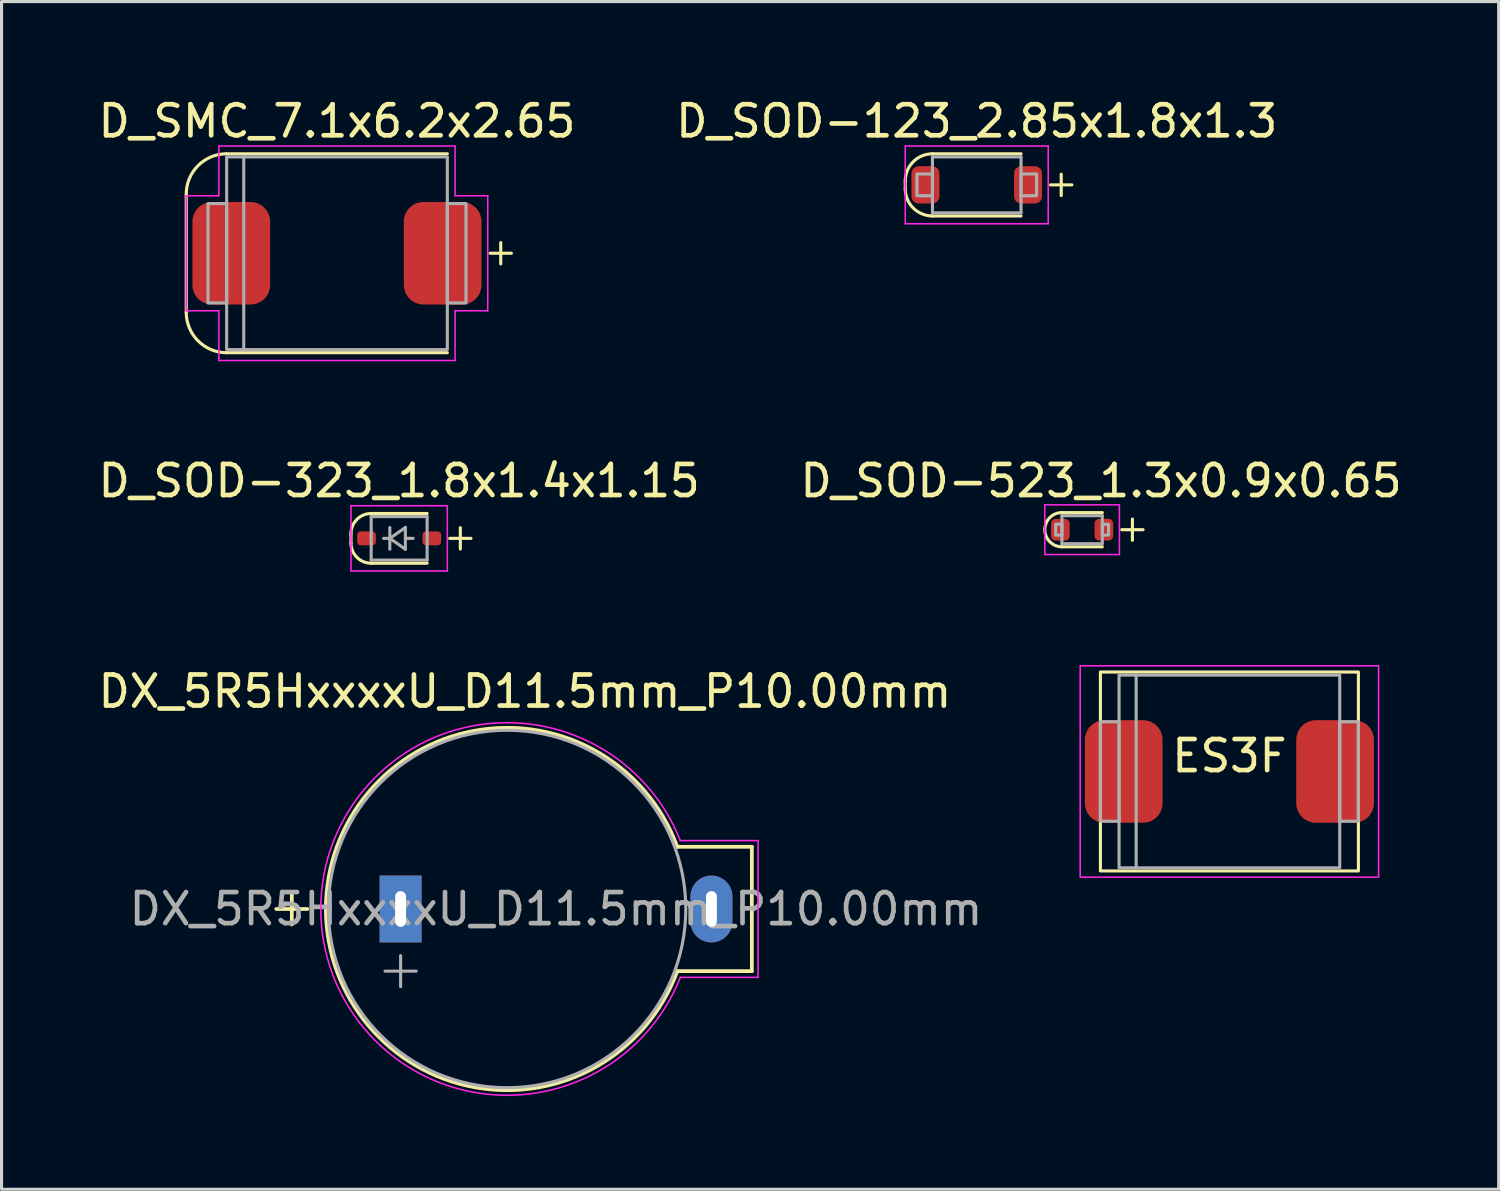
<source format=kicad_pcb>
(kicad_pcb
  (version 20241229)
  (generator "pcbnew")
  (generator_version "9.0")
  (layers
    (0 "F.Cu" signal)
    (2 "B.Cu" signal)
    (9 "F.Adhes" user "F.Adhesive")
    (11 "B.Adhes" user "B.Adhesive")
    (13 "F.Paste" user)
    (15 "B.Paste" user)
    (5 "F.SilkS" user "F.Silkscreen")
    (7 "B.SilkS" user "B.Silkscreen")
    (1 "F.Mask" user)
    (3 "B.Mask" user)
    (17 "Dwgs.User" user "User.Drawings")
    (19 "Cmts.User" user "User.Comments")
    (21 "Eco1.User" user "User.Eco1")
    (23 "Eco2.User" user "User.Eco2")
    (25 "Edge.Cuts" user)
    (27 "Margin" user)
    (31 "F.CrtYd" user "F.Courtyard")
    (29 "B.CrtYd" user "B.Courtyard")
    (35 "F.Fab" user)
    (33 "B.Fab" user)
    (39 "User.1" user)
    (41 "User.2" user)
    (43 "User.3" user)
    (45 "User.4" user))
  (footprint "DX_5R5HxxxxU_D11.5mm_P10.00mm"
    (layer "F.Cu")
    (at 9.839 26.195)
    (property "Reference" "DX_5R5HxxxxU_D11.5mm_P10.00mm" (at 4 -7 0) (layer "F.SilkS") (effects (font (size 1 1) (thickness 0.15))))
    (attr through_hole)
    (fp_line (start -4 0) (end -3 0) (stroke (width 0.12) (type solid)) (layer "F.SilkS"))
    (fp_line (start -3.5 -0.5) (end -3.5 0.5) (stroke (width 0.12) (type solid)) (layer "F.SilkS"))
    (fp_line (start 8.9 -2) (end 11.3 -2) (stroke (width 0.12) (type solid)) (layer "F.SilkS"))
    (fp_line (start 11.3 -2) (end 11.3 2) (stroke (width 0.12) (type solid)) (layer "F.SilkS"))
    (fp_line (start 11.3 2) (end 8.9 2) (stroke (width 0.12) (type solid)) (layer "F.SilkS"))
    (fp_arc (start 8.9 2) (mid -2.403861 0) (end 8.9 -2) (stroke (width 0.12) (type solid)) (layer "F.SilkS"))
    (fp_line (start 9 -2.2) (end 11.5 -2.2) (stroke (width 0.05) (type solid)) (layer "F.CrtYd"))
    (fp_line (start 11.5 -2.2) (end 11.5 2.2) (stroke (width 0.05) (type solid)) (layer "F.CrtYd"))
    (fp_line (start 11.5 2.2) (end 9 2.2) (stroke (width 0.05) (type solid)) (layer "F.CrtYd"))
    (fp_arc (start 9 2.2) (mid -2.568382 0) (end 9 -2.2) (stroke (width 0.05) (type solid)) (layer "F.CrtYd"))
    (fp_line (start -0.5 2) (end 0.5 2) (stroke (width 0.1) (type solid)) (layer "F.Fab"))
    (fp_line (start 0 1.5) (end 0 2.5) (stroke (width 0.1) (type solid)) (layer "F.Fab"))
    (fp_circle (center 3.425 0) (end 9.175 0) (stroke (width 0.1) (type solid)) (fill no) (layer "F.Fab"))
    (fp_text user "${REFERENCE}" (at 5 0 0) (layer "F.Fab") (effects (font (size 1 1) (thickness 0.15))))
    (pad "1" thru_hole rect (at 0 0) (size 1.35 2.15) (drill oval 0.35 1.15) (layers "*.Cu" "*.Mask"))
    (pad "2" thru_hole oval (at 10 0) (size 1.35 2.15) (drill oval 0.35 1.15) (layers "*.Cu" "*.Mask")))
  (footprint "D_SOD-123_2.85x1.8x1.3"
    (layer "F.Cu")
    (at 28.375 2.898)
    (property "Reference" "D_SOD-123_2.85x1.8x1.3" (at 0 -2.05 0) (layer "F.SilkS") (effects (font (size 1 1) (thickness 0.15))))
    (attr smd)
    (fp_line (start -2.3 -0.125) (end -2.3 0.125) (stroke (width 0.1) (type solid)) (layer "F.SilkS"))
    (fp_line (start -1.425 1) (end 1.425 1) (stroke (width 0.1) (type solid)) (layer "F.SilkS"))
    (fp_line (start 1.425 -1) (end -1.425 -1) (stroke (width 0.1) (type solid)) (layer "F.SilkS"))
    (fp_arc (start -2.3 -0.125) (mid -2.043718 -0.743718) (end -1.425 -1) (stroke (width 0.1) (type solid)) (layer "F.SilkS"))
    (fp_arc (start -1.425 1) (mid -2.043718 0.743718) (end -2.3 0.125) (stroke (width 0.1) (type solid)) (layer "F.SilkS"))
    (fp_line (start -2.3 -1.25) (end -2.3 1.25) (stroke (width 0.05) (type solid)) (layer "F.CrtYd"))
    (fp_line (start -2.3 -1.25) (end 2.3 -1.25) (stroke (width 0.05) (type solid)) (layer "F.CrtYd"))
    (fp_line (start 2.3 -1.25) (end 2.3 1.25) (stroke (width 0.05) (type solid)) (layer "F.CrtYd"))
    (fp_line (start 2.3 1.25) (end -2.3 1.25) (stroke (width 0.05) (type solid)) (layer "F.CrtYd"))
    (fp_line (start -1.425 -0.9) (end 1.425 -0.9) (stroke (width 0.1) (type solid)) (layer "F.Fab"))
    (fp_line (start -1.425 0.9) (end -1.425 -0.9) (stroke (width 0.1) (type solid)) (layer "F.Fab"))
    (fp_line (start 1.425 -0.9) (end 1.425 0.9) (stroke (width 0.1) (type solid)) (layer "F.Fab"))
    (fp_line (start 1.425 0.9) (end -1.425 0.9) (stroke (width 0.1) (type solid)) (layer "F.Fab"))
    (fp_poly (pts (xy -1.425 0.35) (xy -1.925 0.35) (xy -1.925 -0.35) (xy -1.425 -0.35)) (stroke (width 0.1) (type solid)) (fill no) (layer "F.Fab"))
    (fp_poly (pts (xy 1.925 0.35) (xy 1.425 0.35) (xy 1.425 -0.35) (xy 1.925 -0.35)) (stroke (width 0.1) (type solid)) (fill no) (layer "F.Fab"))
    (fp_text user "+" (at 2.65 0 90) (layer "F.SilkS") (effects (font (size 0.9 0.9) (thickness 0.1))))
    (pad "1" smd roundrect (at -1.65 0) (size 0.9 1.2) (layers "F.Cu" "F.Mask" "F.Paste") (roundrect_rratio 0.25))
    (pad "2" smd roundrect (at 1.65 0) (size 0.9 1.2) (layers "F.Cu" "F.Mask" "F.Paste") (roundrect_rratio 0.25)))
  (footprint "D_SMC_7.1x6.2x2.65"
    (layer "F.Cu")
    (at 7.792 5.098)
    (property "Reference" "D_SMC_7.1x6.2x2.65" (at 0 -4.25 0) (unlocked yes) (layer "F.SilkS") (effects (font (size 1 1) (thickness 0.15))))
    (attr smd)
    (fp_line (start -4.85 -1.9) (end -4.85 1.9) (stroke (width 0.1) (type solid)) (layer "F.SilkS"))
    (fp_line (start -3.55 -3.2) (end 3.55 -3.2) (stroke (width 0.1) (type solid)) (layer "F.SilkS"))
    (fp_line (start -3.55 3.2) (end 3.55 3.2) (stroke (width 0.1) (type solid)) (layer "F.SilkS"))
    (fp_arc (start -4.85 -1.9) (mid -4.469239 -2.819239) (end -3.55 -3.2) (stroke (width 0.1) (type solid)) (layer "F.SilkS"))
    (fp_arc (start -3.55 3.2) (mid -4.469239 2.819239) (end -4.85 1.9) (stroke (width 0.1) (type solid)) (layer "F.SilkS"))
    (fp_line (start -4.85 -1.85) (end -4.85 1.85) (stroke (width 0.05) (type solid)) (layer "F.CrtYd"))
    (fp_line (start -4.85 -1.85) (end -3.8 -1.85) (stroke (width 0.05) (type solid)) (layer "F.CrtYd"))
    (fp_line (start -4.85 1.85) (end -3.8 1.85) (stroke (width 0.05) (type solid)) (layer "F.CrtYd"))
    (fp_line (start -3.8 -3.45) (end -3.8 -1.85) (stroke (width 0.05) (type solid)) (layer "F.CrtYd"))
    (fp_line (start -3.8 -3.45) (end 3.8 -3.45) (stroke (width 0.05) (type solid)) (layer "F.CrtYd"))
    (fp_line (start -3.8 1.85) (end -3.8 3.45) (stroke (width 0.05) (type solid)) (layer "F.CrtYd"))
    (fp_line (start -3.8 3.45) (end 3.8 3.45) (stroke (width 0.05) (type solid)) (layer "F.CrtYd"))
    (fp_line (start 3.8 -3.45) (end 3.8 -1.85) (stroke (width 0.05) (type solid)) (layer "F.CrtYd"))
    (fp_line (start 3.8 -1.85) (end 4.85 -1.85) (stroke (width 0.05) (type solid)) (layer "F.CrtYd"))
    (fp_line (start 3.8 1.85) (end 3.8 3.45) (stroke (width 0.05) (type solid)) (layer "F.CrtYd"))
    (fp_line (start 3.8 1.85) (end 4.85 1.85) (stroke (width 0.05) (type solid)) (layer "F.CrtYd"))
    (fp_line (start 4.85 -1.85) (end 4.85 1.85) (stroke (width 0.05) (type solid)) (layer "F.CrtYd"))
    (fp_line (start -3 -3.1) (end -3 3.1) (stroke (width 0.1) (type solid)) (layer "F.Fab"))
    (fp_rect (start -4.15 -1.6) (end -3.55 1.6) (stroke (width 0.1) (type solid)) (fill no) (layer "F.Fab"))
    (fp_rect (start -3.55 -3.1) (end 3.55 3.1) (stroke (width 0.1) (type solid)) (fill no) (layer "F.Fab"))
    (fp_rect (start 3.55 -1.6) (end 4.15 1.6) (stroke (width 0.1) (type solid)) (fill no) (layer "F.Fab"))
    (fp_text user "+" (at 5.2 0 90) (layer "F.SilkS") (effects (font (size 0.9 0.9) (thickness 0.1))))
    (pad "1" smd roundrect (at -3.4 0) (size 2.5 3.3) (layers "F.Cu" "F.Mask" "F.Paste") (roundrect_rratio 0.25))
    (pad "2" smd roundrect (at 3.4 0) (size 2.5 3.3) (layers "F.Cu" "F.Mask" "F.Paste") (roundrect_rratio 0.25)))
  (footprint "D_SOD-523_1.3x0.9x0.65"
    (layer "F.Cu")
    (at 31.765 13.992)
    (property "Reference" "D_SOD-523_1.3x0.9x0.65" (at 0.61 -1.571 0) (layer "F.SilkS") (effects (font (size 1 1) (thickness 0.15))))
    (attr smd)
    (fp_line (start 0.65 -0.55) (end -0.65 -0.55) (stroke (width 0.1) (type solid)) (layer "F.SilkS"))
    (fp_line (start 0.65 0.55) (end -0.65 0.55) (stroke (width 0.1) (type solid)) (layer "F.SilkS"))
    (fp_arc (start -0.65 0.55) (mid -1.2 0) (end -0.65 -0.55) (stroke (width 0.1) (type solid)) (layer "F.SilkS"))
    (fp_line (start -1.2 -0.8) (end 1.2 -0.8) (stroke (width 0.05) (type solid)) (layer "F.CrtYd"))
    (fp_line (start -1.2 0.8) (end -1.2 -0.8) (stroke (width 0.05) (type solid)) (layer "F.CrtYd"))
    (fp_line (start 1.2 -0.8) (end 1.2 0.8) (stroke (width 0.05) (type solid)) (layer "F.CrtYd"))
    (fp_line (start 1.2 0.8) (end -1.2 0.8) (stroke (width 0.05) (type solid)) (layer "F.CrtYd"))
    (fp_line (start -0.65 -0.45) (end 0.65 -0.45) (stroke (width 0.1) (type solid)) (layer "F.Fab"))
    (fp_line (start -0.65 0.45) (end -0.65 -0.45) (stroke (width 0.1) (type solid)) (layer "F.Fab"))
    (fp_line (start 0.65 -0.45) (end 0.65 0.45) (stroke (width 0.1) (type solid)) (layer "F.Fab"))
    (fp_line (start 0.65 0.45) (end -0.65 0.45) (stroke (width 0.1) (type solid)) (layer "F.Fab"))
    (fp_poly (pts (xy -0.65 0.175) (xy -0.85 0.175) (xy -0.85 -0.175) (xy -0.65 -0.175)) (stroke (width 0.1) (type solid)) (fill no) (layer "F.Fab"))
    (fp_poly (pts (xy 0.85 0.175) (xy 0.65 0.175) (xy 0.65 -0.175) (xy 0.85 -0.175)) (stroke (width 0.1) (type solid)) (fill no) (layer "F.Fab"))
    (fp_text user "+" (at 1.55 0 90) (layer "F.SilkS") (effects (font (size 0.9 0.9) (thickness 0.1))))
    (pad "1" smd roundrect (at -0.7 0 180) (size 0.6 0.7) (layers "F.Cu" "F.Mask" "F.Paste") (roundrect_rratio 0.25))
    (pad "2" smd roundrect (at 0.7 0 180) (size 0.6 0.7) (layers "F.Cu" "F.Mask" "F.Paste") (roundrect_rratio 0.25)))
  (footprint "ES3F"
    (layer "F.Cu")
    (at 36.504 21.771)
    (property "Reference" "ES3F" (at 0 -0.5 0) (unlocked yes) (layer "F.SilkS") (effects (font (size 1 1) (thickness 0.15))))
    (attr smd)
    (fp_rect (start -4.15 -3.2) (end 4.15 3.2) (stroke (width 0.1) (type solid)) (fill no) (layer "F.SilkS"))
    (fp_rect (start -4.8 -3.4) (end 4.8 3.4) (stroke (width 0.05) (type solid)) (fill no) (layer "F.CrtYd"))
    (fp_line (start -3 -3.1) (end -3 3.1) (stroke (width 0.1) (type solid)) (layer "F.Fab"))
    (fp_rect (start -4.15 -1.6) (end -3.55 1.6) (stroke (width 0.1) (type solid)) (fill no) (layer "F.Fab"))
    (fp_rect (start -3.55 -3.1) (end 3.55 3.1) (stroke (width 0.1) (type solid)) (fill no) (layer "F.Fab"))
    (fp_rect (start 3.55 -1.6) (end 4.15 1.6) (stroke (width 0.1) (type solid)) (fill no) (layer "F.Fab"))
    (pad "1" smd roundrect (at -3.4 0) (size 2.5 3.3) (layers "F.Cu" "F.Mask" "F.Paste") (roundrect_rratio 0.25))
    (pad "2" smd roundrect (at 3.4 0) (size 2.5 3.3) (layers "F.Cu" "F.Mask" "F.Paste") (roundrect_rratio 0.25)))
  (footprint "D_SOD-323_1.8x1.4x1.15"
    (layer "F.Cu")
    (at 9.792 14.271)
    (property "Reference" "D_SOD-323_1.8x1.4x1.15" (at 0 -1.85 0) (layer "F.SilkS") (effects (font (size 1 1) (thickness 0.15))))
    (attr smd)
    (fp_line (start -1.55 -0.15) (end -1.55 0.15) (stroke (width 0.1) (type solid)) (layer "F.SilkS"))
    (fp_line (start -0.9 -0.8) (end 0.9 -0.8) (stroke (width 0.1) (type solid)) (layer "F.SilkS"))
    (fp_line (start -0.9 0.8) (end 0.9 0.8) (stroke (width 0.1) (type solid)) (layer "F.SilkS"))
    (fp_arc (start -1.55 -0.15) (mid -1.359619 -0.609619) (end -0.9 -0.8) (stroke (width 0.1) (type solid)) (layer "F.SilkS"))
    (fp_arc (start -0.9 0.8) (mid -1.359619 0.609619) (end -1.55 0.15) (stroke (width 0.1) (type solid)) (layer "F.SilkS"))
    (fp_line (start -1.55 -1.05) (end -1.55 1.05) (stroke (width 0.05) (type solid)) (layer "F.CrtYd"))
    (fp_line (start -1.55 -1.05) (end 1.55 -1.05) (stroke (width 0.05) (type solid)) (layer "F.CrtYd"))
    (fp_line (start -1.55 1.05) (end 1.55 1.05) (stroke (width 0.05) (type solid)) (layer "F.CrtYd"))
    (fp_line (start 1.55 -1.05) (end 1.55 1.05) (stroke (width 0.05) (type solid)) (layer "F.CrtYd"))
    (fp_line (start -0.9 -0.7) (end 0.9 -0.7) (stroke (width 0.1) (type solid)) (layer "F.Fab"))
    (fp_line (start -0.9 0.7) (end -0.9 -0.7) (stroke (width 0.1) (type solid)) (layer "F.Fab"))
    (fp_line (start -0.3 -0.35) (end -0.3 0.35) (stroke (width 0.1) (type solid)) (layer "F.Fab"))
    (fp_line (start -0.3 0) (end -0.5 0) (stroke (width 0.1) (type solid)) (layer "F.Fab"))
    (fp_line (start -0.3 0) (end 0.2 -0.35) (stroke (width 0.1) (type solid)) (layer "F.Fab"))
    (fp_line (start 0.2 -0.35) (end 0.2 0.35) (stroke (width 0.1) (type solid)) (layer "F.Fab"))
    (fp_line (start 0.2 0) (end 0.45 0) (stroke (width 0.1) (type solid)) (layer "F.Fab"))
    (fp_line (start 0.2 0.35) (end -0.3 0) (stroke (width 0.1) (type solid)) (layer "F.Fab"))
    (fp_line (start 0.9 -0.7) (end 0.9 0.7) (stroke (width 0.1) (type solid)) (layer "F.Fab"))
    (fp_line (start 0.9 0.7) (end -0.9 0.7) (stroke (width 0.1) (type solid)) (layer "F.Fab"))
    (fp_text user "+" (at 1.9 0 90) (layer "F.SilkS") (effects (font (size 0.9 0.9) (thickness 0.1))))
    (pad "1" smd roundrect (at -1.05 0) (size 0.6 0.45) (layers "F.Cu" "F.Mask" "F.Paste") (roundrect_rratio 0.25))
    (pad "2" smd roundrect (at 1.05 0) (size 0.6 0.45) (layers "F.Cu" "F.Mask" "F.Paste") (roundrect_rratio 0.25)))
  (gr_rect
    (start -3 -3)
    (end 45.167 35.213)
    (stroke (width 0.1) (type default))
    (fill no)
    (layer "Edge.Cuts")))
</source>
